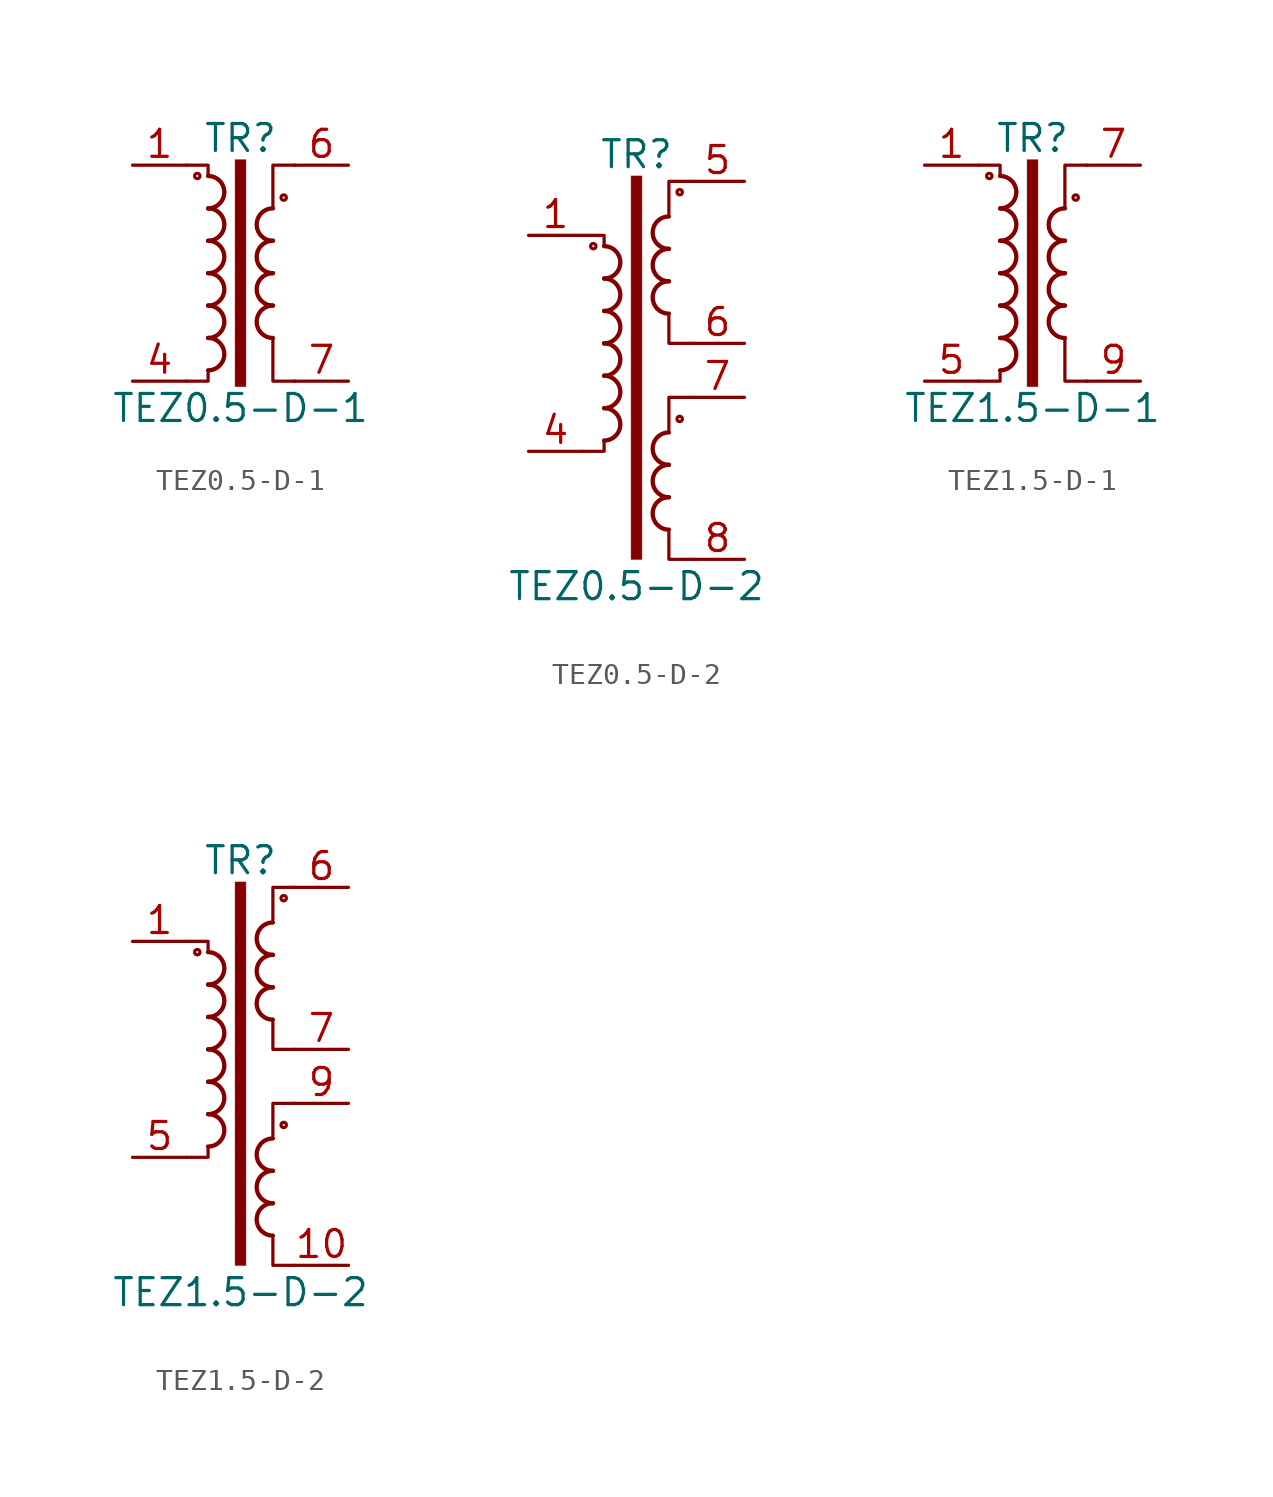
<source format=kicad_sym>
(kicad_symbol_lib
  (version 20241209)
  (generator "kicad_symbol_editor")
  (generator_version "9.0")
  (symbol "TEZ0.5-D-1"
    (pin_names
      (offset 0.025))
    (property "Reference" "TR"
      (at 0 6.35 0)
      (effects (font (size 1.27 1.27))))
    (property "Value" "TEZ0.5-D-1"
      (at 0 -6.35 0)
      (effects (font (size 1.27 1.27))))
    (symbol "TEZ0.5-D-1_0_1"
      (circle (center -2.032 4.572) (radius 0.127) (stroke (width 0) (type default)) (fill (type none)))
      (arc (start -1.524 4.572) (mid -0.7653 3.81) (end -1.524 3.048) (stroke (width 0.2032) (type default)) (fill (type none)))
      (arc (start -1.524 3.048) (mid -0.7653 2.286) (end -1.524 1.524) (stroke (width 0.2032) (type default)) (fill (type none)))
      (arc (start -1.524 1.524) (mid -0.7653 0.762) (end -1.524 0) (stroke (width 0.2032) (type default)) (fill (type none)))
      (arc (start -1.524 0) (mid -0.7653 -0.762) (end -1.524 -1.524) (stroke (width 0.2032) (type default)) (fill (type none)))
      (arc (start -1.524 -1.524) (mid -0.7653 -2.286) (end -1.524 -3.048) (stroke (width 0.2032) (type default)) (fill (type none)))
      (arc (start -1.524 -3.048) (mid -0.7653 -3.81) (end -1.524 -4.572) (stroke (width 0.2032) (type default)) (fill (type none)))
      (polyline (pts (xy -1.524 4.572) (xy -1.524 5.08) (xy -2.54 5.08)) (stroke (width 0) (type default)) (fill (type none)))
      (polyline (pts (xy -1.524 -4.572) (xy -1.524 -5.08) (xy -2.54 -5.08)) (stroke (width 0) (type default)) (fill (type none)))
      (rectangle (start -0.254 5.334) (end 0.254 -5.334) (stroke (width 0.025) (type default)) (fill (type outline)))
      (polyline (pts (xy 1.524 3.048) (xy 1.524 5.08) (xy 2.54 5.08)) (stroke (width 0.152) (type default)) (fill (type none)))
      (arc (start 1.524 1.524) (mid 0.7653 2.286) (end 1.524 3.048) (stroke (width 0.2032) (type default)) (fill (type none)))
      (arc (start 1.524 0) (mid 0.7653 0.762) (end 1.524 1.524) (stroke (width 0.2032) (type default)) (fill (type none)))
      (arc (start 1.524 -1.524) (mid 0.7653 -0.762) (end 1.524 0) (stroke (width 0.2032) (type default)) (fill (type none)))
      (arc (start 1.524 -3.048) (mid 0.7653 -2.286) (end 1.524 -1.524) (stroke (width 0.2032) (type default)) (fill (type none)))
      (circle (center 2.032 3.556) (radius 0.127) (stroke (width 0) (type default)) (fill (type none)))
      (polyline (pts (xy 2.54 -5.08) (xy 1.524 -5.08) (xy 1.524 -3.048)) (stroke (width 0.152) (type default)) (fill (type none))))
    (symbol "TEZ0.5-D-1_1_1"
      (pin passive line (at -5.08 5.08 0) (length 2.54) (name "~" (effects (font (size 1.27 1.27)))) (number "1" (effects (font (size 1.27 1.27)))))
      (pin passive line (at -5.08 -5.08 0) (length 2.54) (name "~" (effects (font (size 1.27 1.27)))) (number "4" (effects (font (size 1.27 1.27)))))
      (pin passive line (at 5.08 5.08 180) (length 2.54) (name "~" (effects (font (size 1.27 1.27)))) (number "6" (effects (font (size 1.27 1.27)))))
      (pin passive line (at 5.08 -5.08 180) (length 2.54) (name "~" (effects (font (size 1.27 1.27)))) (number "7" (effects (font (size 1.27 1.27)))))))
  (symbol "TEZ0.5-D-2"
    (pin_names
      (offset 0.025))
    (property "Reference" "TR"
      (at 0 8.89 0)
      (effects (font (size 1.27 1.27))))
    (property "Value" "TEZ0.5-D-2"
      (at 0 -11.43 0)
      (effects (font (size 1.27 1.27))))
    (symbol "TEZ0.5-D-2_0_1"
      (circle (center -2.032 4.572) (radius 0.127) (stroke (width 0) (type default)) (fill (type none)))
      (arc (start -1.524 4.572) (mid -0.7653 3.81) (end -1.524 3.048) (stroke (width 0.2032) (type default)) (fill (type none)))
      (arc (start -1.524 3.048) (mid -0.7653 2.286) (end -1.524 1.524) (stroke (width 0.2032) (type default)) (fill (type none)))
      (arc (start -1.524 1.524) (mid -0.7653 0.762) (end -1.524 0) (stroke (width 0.2032) (type default)) (fill (type none)))
      (arc (start -1.524 0) (mid -0.7653 -0.762) (end -1.524 -1.524) (stroke (width 0.2032) (type default)) (fill (type none)))
      (arc (start -1.524 -1.524) (mid -0.7653 -2.286) (end -1.524 -3.048) (stroke (width 0.2032) (type default)) (fill (type none)))
      (arc (start -1.524 -3.048) (mid -0.7653 -3.81) (end -1.524 -4.572) (stroke (width 0.2032) (type default)) (fill (type none)))
      (polyline (pts (xy -1.524 4.572) (xy -1.524 5.08) (xy -2.54 5.08)) (stroke (width 0) (type default)) (fill (type none)))
      (polyline (pts (xy -1.524 -4.572) (xy -1.524 -5.08) (xy -2.54 -5.08)) (stroke (width 0) (type default)) (fill (type none)))
      (rectangle (start -0.254 7.874) (end 0.254 -10.16) (stroke (width 0.025) (type default)) (fill (type outline)))
      (polyline (pts (xy 1.524 -8.89) (xy 1.524 -10.16) (xy 2.54 -10.16)) (stroke (width 0) (type default)) (fill (type none)))
      (arc (start 1.524 4.445) (mid 0.7653 5.207) (end 1.524 5.969) (stroke (width 0.2032) (type default)) (fill (type none)))
      (arc (start 1.524 2.921) (mid 0.7653 3.683) (end 1.524 4.445) (stroke (width 0.2032) (type default)) (fill (type none)))
      (arc (start 1.524 1.397) (mid 0.7653 2.159) (end 1.524 2.921) (stroke (width 0.2032) (type default)) (fill (type none)))
      (arc (start 1.524 -5.715) (mid 0.7653 -4.953) (end 1.524 -4.191) (stroke (width 0.2032) (type default)) (fill (type none)))
      (arc (start 1.524 -7.239) (mid 0.7653 -6.477) (end 1.524 -5.715) (stroke (width 0.2032) (type default)) (fill (type none)))
      (arc (start 1.524 -8.763) (mid 0.7653 -8.001) (end 1.524 -7.239) (stroke (width 0.2032) (type default)) (fill (type none)))
      (circle (center 2.032 7.112) (radius 0.127) (stroke (width 0) (type default)) (fill (type none)))
      (circle (center 2.032 -3.556) (radius 0.127) (stroke (width 0) (type default)) (fill (type none)))
      (polyline (pts (xy 2.54 7.62) (xy 1.524 7.62) (xy 1.524 6.096)) (stroke (width 0) (type default)) (fill (type none)))
      (polyline (pts (xy 2.54 0) (xy 1.524 0) (xy 1.524 1.27)) (stroke (width 0) (type default)) (fill (type none)))
      (polyline (pts (xy 2.54 -2.54) (xy 1.524 -2.54) (xy 1.524 -4.064)) (stroke (width 0) (type default)) (fill (type none))))
    (symbol "TEZ0.5-D-2_1_1"
      (pin passive line (at -5.08 5.08 0) (length 2.54) (name "~" (effects (font (size 1.27 1.27)))) (number "1" (effects (font (size 1.27 1.27)))))
      (pin passive line (at -5.08 -5.08 0) (length 2.54) (name "~" (effects (font (size 1.27 1.27)))) (number "4" (effects (font (size 1.27 1.27)))))
      (pin passive line (at 5.08 7.62 180) (length 2.54) (name "~" (effects (font (size 1.27 1.27)))) (number "5" (effects (font (size 1.27 1.27)))))
      (pin passive line (at 5.08 0 180) (length 2.54) (name "~" (effects (font (size 1.27 1.27)))) (number "6" (effects (font (size 1.27 1.27)))))
      (pin passive line (at 5.08 -2.54 180) (length 2.54) (name "~" (effects (font (size 1.27 1.27)))) (number "7" (effects (font (size 1.27 1.27)))))
      (pin passive line (at 5.08 -10.16 180) (length 2.54) (name "~" (effects (font (size 1.27 1.27)))) (number "8" (effects (font (size 1.27 1.27)))))))
  (symbol "TEZ1.5-D-1"
    (pin_names
      (offset 0.025))
    (property "Reference" "TR"
      (at 0 6.35 0)
      (effects (font (size 1.27 1.27))))
    (property "Value" "TEZ1.5-D-1"
      (at 0 -6.35 0)
      (effects (font (size 1.27 1.27))))
    (symbol "TEZ1.5-D-1_0_1"
      (circle (center -2.032 4.572) (radius 0.127) (stroke (width 0) (type default)) (fill (type none)))
      (arc (start -1.524 4.572) (mid -0.7653 3.81) (end -1.524 3.048) (stroke (width 0.2032) (type default)) (fill (type none)))
      (arc (start -1.524 3.048) (mid -0.7653 2.286) (end -1.524 1.524) (stroke (width 0.2032) (type default)) (fill (type none)))
      (arc (start -1.524 1.524) (mid -0.7653 0.762) (end -1.524 0) (stroke (width 0.2032) (type default)) (fill (type none)))
      (arc (start -1.524 0) (mid -0.7653 -0.762) (end -1.524 -1.524) (stroke (width 0.2032) (type default)) (fill (type none)))
      (arc (start -1.524 -1.524) (mid -0.7653 -2.286) (end -1.524 -3.048) (stroke (width 0.2032) (type default)) (fill (type none)))
      (arc (start -1.524 -3.048) (mid -0.7653 -3.81) (end -1.524 -4.572) (stroke (width 0.2032) (type default)) (fill (type none)))
      (polyline (pts (xy -1.524 4.572) (xy -1.524 5.08) (xy -2.54 5.08)) (stroke (width 0) (type default)) (fill (type none)))
      (polyline (pts (xy -1.524 -4.572) (xy -1.524 -5.08) (xy -2.54 -5.08)) (stroke (width 0) (type default)) (fill (type none)))
      (rectangle (start -0.254 5.334) (end 0.254 -5.334) (stroke (width 0.025) (type default)) (fill (type outline)))
      (polyline (pts (xy 1.524 3.048) (xy 1.524 5.08) (xy 2.54 5.08)) (stroke (width 0.152) (type default)) (fill (type none)))
      (arc (start 1.524 1.524) (mid 0.7653 2.286) (end 1.524 3.048) (stroke (width 0.2032) (type default)) (fill (type none)))
      (arc (start 1.524 0) (mid 0.7653 0.762) (end 1.524 1.524) (stroke (width 0.2032) (type default)) (fill (type none)))
      (arc (start 1.524 -1.524) (mid 0.7653 -0.762) (end 1.524 0) (stroke (width 0.2032) (type default)) (fill (type none)))
      (arc (start 1.524 -3.048) (mid 0.7653 -2.286) (end 1.524 -1.524) (stroke (width 0.2032) (type default)) (fill (type none)))
      (circle (center 2.032 3.556) (radius 0.127) (stroke (width 0) (type default)) (fill (type none)))
      (polyline (pts (xy 2.54 -5.08) (xy 1.524 -5.08) (xy 1.524 -3.048)) (stroke (width 0.152) (type default)) (fill (type none))))
    (symbol "TEZ1.5-D-1_1_1"
      (pin passive line (at -5.08 5.08 0) (length 2.54) (name "~" (effects (font (size 1.27 1.27)))) (number "1" (effects (font (size 1.27 1.27)))))
      (pin passive line (at -5.08 -5.08 0) (length 2.54) (name "~" (effects (font (size 1.27 1.27)))) (number "5" (effects (font (size 1.27 1.27)))))
      (pin passive line (at 5.08 5.08 180) (length 2.54) (name "~" (effects (font (size 1.27 1.27)))) (number "7" (effects (font (size 1.27 1.27)))))
      (pin passive line (at 5.08 -5.08 180) (length 2.54) (name "~" (effects (font (size 1.27 1.27)))) (number "9" (effects (font (size 1.27 1.27)))))))
  (symbol "TEZ1.5-D-2"
    (property "Reference" "TR"
      (at 0 8.89 0)
      (effects (font (size 1.27 1.27))))
    (property "Value" "TEZ1.5-D-2"
      (at 0 -11.43 0)
      (effects (font (size 1.27 1.27))))
    (symbol "TEZ1.5-D-2_0_1"
      (circle (center -2.032 4.572) (radius 0.127) (stroke (width 0) (type default)) (fill (type none)))
      (arc (start -1.524 4.572) (mid -0.7653 3.81) (end -1.524 3.048) (stroke (width 0.2032) (type default)) (fill (type none)))
      (arc (start -1.524 3.048) (mid -0.7653 2.286) (end -1.524 1.524) (stroke (width 0.2032) (type default)) (fill (type none)))
      (arc (start -1.524 1.524) (mid -0.7653 0.762) (end -1.524 0) (stroke (width 0.2032) (type default)) (fill (type none)))
      (arc (start -1.524 0) (mid -0.7653 -0.762) (end -1.524 -1.524) (stroke (width 0.2032) (type default)) (fill (type none)))
      (arc (start -1.524 -1.524) (mid -0.7653 -2.286) (end -1.524 -3.048) (stroke (width 0.2032) (type default)) (fill (type none)))
      (arc (start -1.524 -3.048) (mid -0.7653 -3.81) (end -1.524 -4.572) (stroke (width 0.2032) (type default)) (fill (type none)))
      (polyline (pts (xy -1.524 4.572) (xy -1.524 5.08) (xy -2.54 5.08)) (stroke (width 0) (type default)) (fill (type none)))
      (polyline (pts (xy -1.524 -4.572) (xy -1.524 -5.08) (xy -2.54 -5.08)) (stroke (width 0) (type default)) (fill (type none)))
      (rectangle (start -0.254 7.874) (end 0.254 -10.16) (stroke (width 0.025) (type default)) (fill (type outline)))
      (polyline (pts (xy 1.524 -8.89) (xy 1.524 -10.16) (xy 2.54 -10.16)) (stroke (width 0) (type default)) (fill (type none)))
      (arc (start 1.524 4.445) (mid 0.7653 5.207) (end 1.524 5.969) (stroke (width 0.2032) (type default)) (fill (type none)))
      (arc (start 1.524 2.921) (mid 0.7653 3.683) (end 1.524 4.445) (stroke (width 0.2032) (type default)) (fill (type none)))
      (arc (start 1.524 1.397) (mid 0.7653 2.159) (end 1.524 2.921) (stroke (width 0.2032) (type default)) (fill (type none)))
      (arc (start 1.524 -5.715) (mid 0.7653 -4.953) (end 1.524 -4.191) (stroke (width 0.2032) (type default)) (fill (type none)))
      (arc (start 1.524 -7.239) (mid 0.7653 -6.477) (end 1.524 -5.715) (stroke (width 0.2032) (type default)) (fill (type none)))
      (arc (start 1.524 -8.763) (mid 0.7653 -8.001) (end 1.524 -7.239) (stroke (width 0.2032) (type default)) (fill (type none)))
      (circle (center 2.032 7.112) (radius 0.127) (stroke (width 0) (type default)) (fill (type none)))
      (circle (center 2.032 -3.556) (radius 0.127) (stroke (width 0) (type default)) (fill (type none)))
      (polyline (pts (xy 2.54 7.62) (xy 1.524 7.62) (xy 1.524 6.096)) (stroke (width 0) (type default)) (fill (type none)))
      (polyline (pts (xy 2.54 0) (xy 1.524 0) (xy 1.524 1.27)) (stroke (width 0) (type default)) (fill (type none)))
      (polyline (pts (xy 2.54 -2.54) (xy 1.524 -2.54) (xy 1.524 -4.064)) (stroke (width 0) (type default)) (fill (type none))))
    (symbol "TEZ1.5-D-2_1_1"
      (pin passive line (at -5.08 5.08 0) (length 2.54) (name "~" (effects (font (size 1.27 1.27)))) (number "1" (effects (font (size 1.27 1.27)))))
      (pin passive line (at -5.08 -5.08 0) (length 2.54) (name "~" (effects (font (size 1.27 1.27)))) (number "5" (effects (font (size 1.27 1.27)))))
      (pin passive line (at 5.08 7.62 180) (length 2.54) (name "~" (effects (font (size 1.27 1.27)))) (number "6" (effects (font (size 1.27 1.27)))))
      (pin passive line (at 5.08 0 180) (length 2.54) (name "~" (effects (font (size 1.27 1.27)))) (number "7" (effects (font (size 1.27 1.27)))))
      (pin passive line (at 5.08 -2.54 180) (length 2.54) (name "~" (effects (font (size 1.27 1.27)))) (number "9" (effects (font (size 1.27 1.27)))))
      (pin passive line (at 5.08 -10.16 180) (length 2.54) (name "~" (effects (font (size 1.27 1.27)))) (number "10" (effects (font (size 1.27 1.27))))))))
</source>
